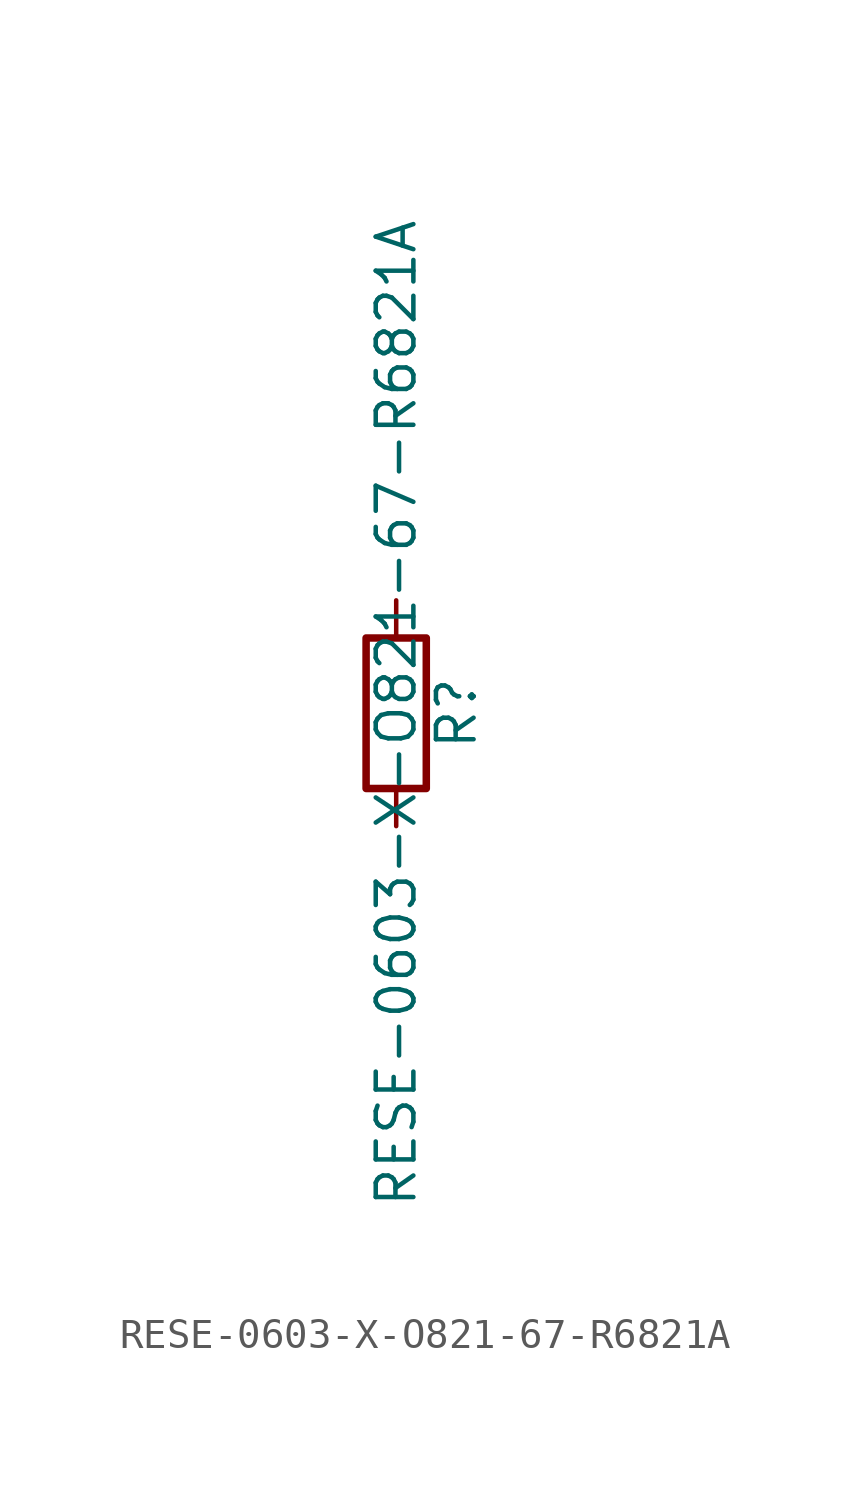
<source format=kicad_sym>
(kicad_symbol_lib
  (version 20211014)
  (generator kicad_symbol_editor)
  (symbol "RESE-0603-X-O821-67-R6821A"
    (pin_numbers hide)
    (pin_names
      (offset 0))
    (property "Reference" "R"
      (at 2.032 0 90)
      (effects (font (size 1.27 1.27))))
    (property "Value" "RESE-0603-X-O821-67-R6821A"
      (at 0 0 90)
      (effects (font (size 1.27 1.27))))
    (symbol "RESE-0603-X-O821-67-R6821A_0_1"
      (rectangle (start -1.016 -2.54) (end 1.016 2.54) (stroke (width 0.254) (type default) (color 0 0 0 0)) (fill (type none))))
    (symbol "RESE-0603-X-O821-67-R6821A_1_1"
      (pin passive line (at 0 3.81 270) (length 1.27) (name "~" (effects (font (size 1.27 1.27)))) (number "1" (effects (font (size 1.27 1.27)))))
      (pin passive line (at 0 -3.81 90) (length 1.27) (name "~" (effects (font (size 1.27 1.27)))) (number "2" (effects (font (size 1.27 1.27))))))))
</source>
